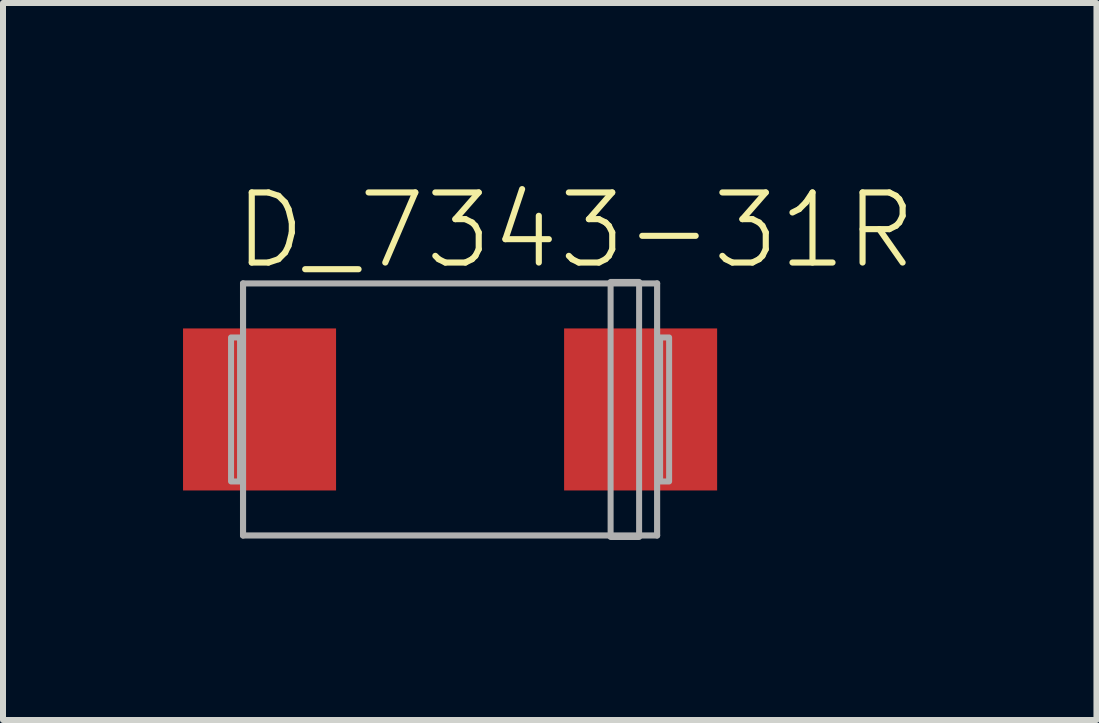
<source format=kicad_pcb>
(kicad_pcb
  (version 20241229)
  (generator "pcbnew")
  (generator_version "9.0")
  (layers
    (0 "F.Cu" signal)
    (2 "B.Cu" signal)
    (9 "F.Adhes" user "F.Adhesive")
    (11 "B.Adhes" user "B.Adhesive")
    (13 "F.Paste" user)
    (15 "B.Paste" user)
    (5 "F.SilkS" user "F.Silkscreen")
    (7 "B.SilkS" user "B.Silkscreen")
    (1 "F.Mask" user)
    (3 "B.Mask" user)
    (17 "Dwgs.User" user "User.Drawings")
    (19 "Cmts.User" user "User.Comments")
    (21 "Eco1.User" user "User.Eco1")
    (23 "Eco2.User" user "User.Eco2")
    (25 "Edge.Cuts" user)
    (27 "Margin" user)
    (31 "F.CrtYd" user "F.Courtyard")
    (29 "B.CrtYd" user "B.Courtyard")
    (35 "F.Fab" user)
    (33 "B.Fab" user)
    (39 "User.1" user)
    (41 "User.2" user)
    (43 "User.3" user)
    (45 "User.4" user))
  (footprint "D_7343-31R"
    (layer "F.Cu")
    (at 4.45 3.773)
    (property "Reference" "D_7343-31R" (at -3.65 -2.3 0) (layer "F.SilkS") (effects (font (size 1.168 1.168) (thickness 0.102)) (justify left bottom)))
    (fp_line (start -3.45 -2.1) (end 3.45 -2.1) (stroke (width 0.102) (type solid)) (layer "F.Fab"))
    (fp_line (start -3.45 2.1) (end -3.45 -2.1) (stroke (width 0.102) (type solid)) (layer "F.Fab"))
    (fp_line (start 3.45 -2.1) (end 3.45 2.1) (stroke (width 0.102) (type solid)) (layer "F.Fab"))
    (fp_line (start 3.45 2.1) (end -3.45 2.1) (stroke (width 0.102) (type solid)) (layer "F.Fab"))
    (fp_poly (pts (xy -3.65 1.2) (xy -3.5 1.2) (xy -3.5 -1.2) (xy -3.65 -1.2)) (stroke (width 0.1) (type solid)) (fill no) (layer "F.Fab"))
    (fp_poly (pts (xy 2.675 2.125) (xy 3.15 2.125) (xy 3.15 -2.125) (xy 2.675 -2.125)) (stroke (width 0.1) (type solid)) (fill no) (layer "F.Fab"))
    (fp_poly (pts (xy 3.5 1.2) (xy 3.65 1.2) (xy 3.65 -1.2) (xy 3.5 -1.2)) (stroke (width 0.1) (type solid)) (fill no) (layer "F.Fab"))
    (pad "+" smd rect (at 3.175 0) (size 2.55 2.7) (layers "F.Cu" "F.Mask" "F.Paste"))
    (pad "-" smd rect (at -3.175 0) (size 2.55 2.7) (layers "F.Cu" "F.Mask" "F.Paste")))
  (gr_rect
    (start -3 -3)
    (end 15.221 8.948)
    (stroke (width 0.1) (type default))
    (fill no)
    (layer "Edge.Cuts")))
</source>
